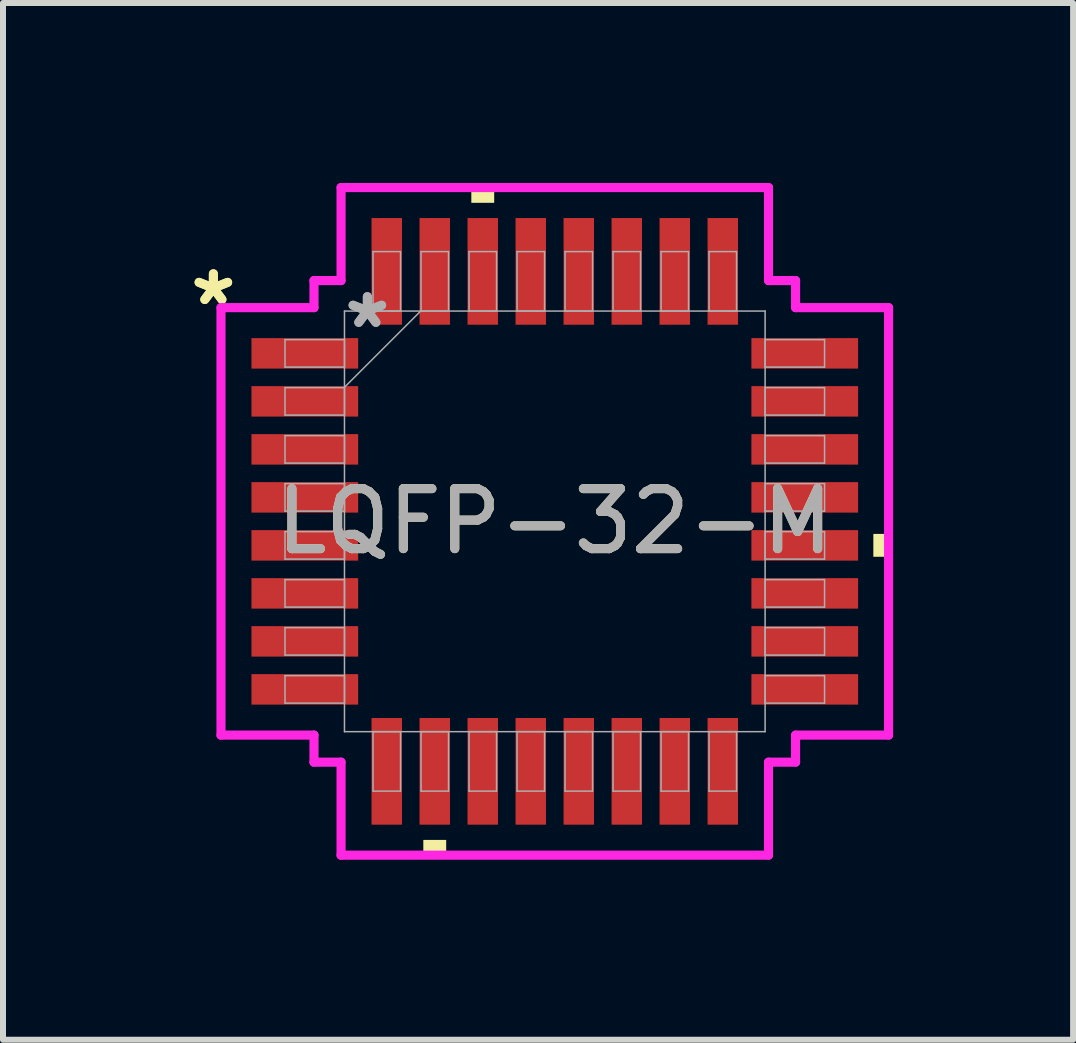
<source format=kicad_pcb>
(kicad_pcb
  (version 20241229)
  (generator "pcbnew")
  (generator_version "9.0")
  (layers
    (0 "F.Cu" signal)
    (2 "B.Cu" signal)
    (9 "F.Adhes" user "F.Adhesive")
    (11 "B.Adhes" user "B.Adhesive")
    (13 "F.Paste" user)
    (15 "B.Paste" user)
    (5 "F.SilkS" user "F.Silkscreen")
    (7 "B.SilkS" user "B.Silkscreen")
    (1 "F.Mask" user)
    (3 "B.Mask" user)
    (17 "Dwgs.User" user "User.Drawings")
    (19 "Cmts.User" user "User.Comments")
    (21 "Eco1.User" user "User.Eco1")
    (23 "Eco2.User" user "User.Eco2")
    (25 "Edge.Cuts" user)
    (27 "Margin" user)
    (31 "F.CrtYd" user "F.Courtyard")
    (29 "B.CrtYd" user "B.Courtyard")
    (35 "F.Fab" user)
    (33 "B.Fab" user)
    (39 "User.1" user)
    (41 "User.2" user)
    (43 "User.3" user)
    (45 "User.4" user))
  (footprint "LQFP-32-M"
    (layer "F.Cu")
    (at 6.196 5.639)
    (property "Reference" "LQFP-32-M" (at 0 0 0) (unlocked yes) (layer "F.SilkS") (effects (font (size 1 1) (thickness 0.15))))
    (attr smd)
    (fp_poly (pts (xy -2.191 5.309) (xy -2.191 5.563) (xy -1.81 5.563) (xy -1.81 5.309)) (stroke (width 0) (type solid)) (fill yes) (layer "F.SilkS"))
    (fp_poly (pts (xy -1.391 -5.309) (xy -1.391 -5.563) (xy -1.01 -5.563) (xy -1.01 -5.309)) (stroke (width 0) (type solid)) (fill yes) (layer "F.SilkS"))
    (fp_poly (pts (xy 5.563 0.209) (xy 5.563 0.59) (xy 5.309 0.59) (xy 5.309 0.209)) (stroke (width 0) (type solid)) (fill yes) (layer "F.SilkS"))
    (fp_line (start -5.563 -3.562) (end -4.013 -3.562) (stroke (width 0.152) (type solid)) (layer "F.CrtYd"))
    (fp_line (start -5.563 3.562) (end -5.563 -3.562) (stroke (width 0.152) (type solid)) (layer "F.CrtYd"))
    (fp_line (start -4.013 -4.013) (end -3.562 -4.013) (stroke (width 0.152) (type solid)) (layer "F.CrtYd"))
    (fp_line (start -4.013 -3.562) (end -4.013 -4.013) (stroke (width 0.152) (type solid)) (layer "F.CrtYd"))
    (fp_line (start -4.013 3.562) (end -5.563 3.562) (stroke (width 0.152) (type solid)) (layer "F.CrtYd"))
    (fp_line (start -4.013 4.013) (end -4.013 3.562) (stroke (width 0.152) (type solid)) (layer "F.CrtYd"))
    (fp_line (start -4.013 4.013) (end -3.562 4.013) (stroke (width 0.152) (type solid)) (layer "F.CrtYd"))
    (fp_line (start -3.562 -5.563) (end 3.562 -5.563) (stroke (width 0.152) (type solid)) (layer "F.CrtYd"))
    (fp_line (start -3.562 -4.013) (end -3.562 -5.563) (stroke (width 0.152) (type solid)) (layer "F.CrtYd"))
    (fp_line (start -3.562 4.013) (end -3.562 5.563) (stroke (width 0.152) (type solid)) (layer "F.CrtYd"))
    (fp_line (start -3.562 5.563) (end 3.562 5.563) (stroke (width 0.152) (type solid)) (layer "F.CrtYd"))
    (fp_line (start 3.562 -5.563) (end 3.562 -4.013) (stroke (width 0.152) (type solid)) (layer "F.CrtYd"))
    (fp_line (start 3.562 -4.013) (end 4.013 -4.013) (stroke (width 0.152) (type solid)) (layer "F.CrtYd"))
    (fp_line (start 3.562 4.013) (end 4.013 4.013) (stroke (width 0.152) (type solid)) (layer "F.CrtYd"))
    (fp_line (start 3.562 5.563) (end 3.562 4.013) (stroke (width 0.152) (type solid)) (layer "F.CrtYd"))
    (fp_line (start 4.013 -3.562) (end 4.013 -4.013) (stroke (width 0.152) (type solid)) (layer "F.CrtYd"))
    (fp_line (start 4.013 3.562) (end 5.563 3.562) (stroke (width 0.152) (type solid)) (layer "F.CrtYd"))
    (fp_line (start 4.013 4.013) (end 4.013 3.562) (stroke (width 0.152) (type solid)) (layer "F.CrtYd"))
    (fp_line (start 5.563 -3.562) (end 4.013 -3.562) (stroke (width 0.152) (type solid)) (layer "F.CrtYd"))
    (fp_line (start 5.563 3.562) (end 5.563 -3.562) (stroke (width 0.152) (type solid)) (layer "F.CrtYd"))
    (fp_line (start -4.496 -3.029) (end -4.496 -2.571) (stroke (width 0.025) (type solid)) (layer "F.Fab"))
    (fp_line (start -4.496 -2.571) (end -3.505 -2.571) (stroke (width 0.025) (type solid)) (layer "F.Fab"))
    (fp_line (start -4.496 -2.229) (end -4.496 -1.771) (stroke (width 0.025) (type solid)) (layer "F.Fab"))
    (fp_line (start -4.496 -1.771) (end -3.505 -1.771) (stroke (width 0.025) (type solid)) (layer "F.Fab"))
    (fp_line (start -4.496 -1.429) (end -4.496 -0.971) (stroke (width 0.025) (type solid)) (layer "F.Fab"))
    (fp_line (start -4.496 -0.971) (end -3.505 -0.971) (stroke (width 0.025) (type solid)) (layer "F.Fab"))
    (fp_line (start -4.496 -0.629) (end -4.496 -0.171) (stroke (width 0.025) (type solid)) (layer "F.Fab"))
    (fp_line (start -4.496 -0.171) (end -3.505 -0.171) (stroke (width 0.025) (type solid)) (layer "F.Fab"))
    (fp_line (start -4.496 0.171) (end -4.496 0.629) (stroke (width 0.025) (type solid)) (layer "F.Fab"))
    (fp_line (start -4.496 0.629) (end -3.505 0.629) (stroke (width 0.025) (type solid)) (layer "F.Fab"))
    (fp_line (start -4.496 0.971) (end -4.496 1.429) (stroke (width 0.025) (type solid)) (layer "F.Fab"))
    (fp_line (start -4.496 1.429) (end -3.505 1.429) (stroke (width 0.025) (type solid)) (layer "F.Fab"))
    (fp_line (start -4.496 1.771) (end -4.496 2.229) (stroke (width 0.025) (type solid)) (layer "F.Fab"))
    (fp_line (start -4.496 2.229) (end -3.505 2.229) (stroke (width 0.025) (type solid)) (layer "F.Fab"))
    (fp_line (start -4.496 2.571) (end -4.496 3.029) (stroke (width 0.025) (type solid)) (layer "F.Fab"))
    (fp_line (start -4.496 3.029) (end -3.505 3.029) (stroke (width 0.025) (type solid)) (layer "F.Fab"))
    (fp_line (start -3.505 -3.505) (end -3.505 3.505) (stroke (width 0.025) (type solid)) (layer "F.Fab"))
    (fp_line (start -3.505 -3.029) (end -4.496 -3.029) (stroke (width 0.025) (type solid)) (layer "F.Fab"))
    (fp_line (start -3.505 -2.571) (end -3.505 -3.029) (stroke (width 0.025) (type solid)) (layer "F.Fab"))
    (fp_line (start -3.505 -2.235) (end -2.235 -3.505) (stroke (width 0.025) (type solid)) (layer "F.Fab"))
    (fp_line (start -3.505 -2.229) (end -4.496 -2.229) (stroke (width 0.025) (type solid)) (layer "F.Fab"))
    (fp_line (start -3.505 -1.771) (end -3.505 -2.229) (stroke (width 0.025) (type solid)) (layer "F.Fab"))
    (fp_line (start -3.505 -1.429) (end -4.496 -1.429) (stroke (width 0.025) (type solid)) (layer "F.Fab"))
    (fp_line (start -3.505 -0.971) (end -3.505 -1.429) (stroke (width 0.025) (type solid)) (layer "F.Fab"))
    (fp_line (start -3.505 -0.629) (end -4.496 -0.629) (stroke (width 0.025) (type solid)) (layer "F.Fab"))
    (fp_line (start -3.505 -0.171) (end -3.505 -0.629) (stroke (width 0.025) (type solid)) (layer "F.Fab"))
    (fp_line (start -3.505 0.171) (end -4.496 0.171) (stroke (width 0.025) (type solid)) (layer "F.Fab"))
    (fp_line (start -3.505 0.629) (end -3.505 0.171) (stroke (width 0.025) (type solid)) (layer "F.Fab"))
    (fp_line (start -3.505 0.971) (end -4.496 0.971) (stroke (width 0.025) (type solid)) (layer "F.Fab"))
    (fp_line (start -3.505 1.429) (end -3.505 0.971) (stroke (width 0.025) (type solid)) (layer "F.Fab"))
    (fp_line (start -3.505 1.771) (end -4.496 1.771) (stroke (width 0.025) (type solid)) (layer "F.Fab"))
    (fp_line (start -3.505 2.229) (end -3.505 1.771) (stroke (width 0.025) (type solid)) (layer "F.Fab"))
    (fp_line (start -3.505 2.571) (end -4.496 2.571) (stroke (width 0.025) (type solid)) (layer "F.Fab"))
    (fp_line (start -3.505 3.029) (end -3.505 2.571) (stroke (width 0.025) (type solid)) (layer "F.Fab"))
    (fp_line (start -3.505 3.505) (end 3.505 3.505) (stroke (width 0.025) (type solid)) (layer "F.Fab"))
    (fp_line (start -3.029 -4.496) (end -3.029 -3.505) (stroke (width 0.025) (type solid)) (layer "F.Fab"))
    (fp_line (start -3.029 -3.505) (end -2.571 -3.505) (stroke (width 0.025) (type solid)) (layer "F.Fab"))
    (fp_line (start -3.029 3.505) (end -3.029 4.496) (stroke (width 0.025) (type solid)) (layer "F.Fab"))
    (fp_line (start -3.029 4.496) (end -2.571 4.496) (stroke (width 0.025) (type solid)) (layer "F.Fab"))
    (fp_line (start -2.571 -4.496) (end -3.029 -4.496) (stroke (width 0.025) (type solid)) (layer "F.Fab"))
    (fp_line (start -2.571 -3.505) (end -2.571 -4.496) (stroke (width 0.025) (type solid)) (layer "F.Fab"))
    (fp_line (start -2.571 3.505) (end -3.029 3.505) (stroke (width 0.025) (type solid)) (layer "F.Fab"))
    (fp_line (start -2.571 4.496) (end -2.571 3.505) (stroke (width 0.025) (type solid)) (layer "F.Fab"))
    (fp_line (start -2.229 -4.496) (end -2.229 -3.505) (stroke (width 0.025) (type solid)) (layer "F.Fab"))
    (fp_line (start -2.229 -3.505) (end -1.771 -3.505) (stroke (width 0.025) (type solid)) (layer "F.Fab"))
    (fp_line (start -2.229 3.505) (end -2.229 4.496) (stroke (width 0.025) (type solid)) (layer "F.Fab"))
    (fp_line (start -2.229 4.496) (end -1.771 4.496) (stroke (width 0.025) (type solid)) (layer "F.Fab"))
    (fp_line (start -1.771 -4.496) (end -2.229 -4.496) (stroke (width 0.025) (type solid)) (layer "F.Fab"))
    (fp_line (start -1.771 -3.505) (end -1.771 -4.496) (stroke (width 0.025) (type solid)) (layer "F.Fab"))
    (fp_line (start -1.771 3.505) (end -2.229 3.505) (stroke (width 0.025) (type solid)) (layer "F.Fab"))
    (fp_line (start -1.771 4.496) (end -1.771 3.505) (stroke (width 0.025) (type solid)) (layer "F.Fab"))
    (fp_line (start -1.429 -4.496) (end -1.429 -3.505) (stroke (width 0.025) (type solid)) (layer "F.Fab"))
    (fp_line (start -1.429 -3.505) (end -0.971 -3.505) (stroke (width 0.025) (type solid)) (layer "F.Fab"))
    (fp_line (start -1.429 3.505) (end -1.429 4.496) (stroke (width 0.025) (type solid)) (layer "F.Fab"))
    (fp_line (start -1.429 4.496) (end -0.971 4.496) (stroke (width 0.025) (type solid)) (layer "F.Fab"))
    (fp_line (start -0.971 -4.496) (end -1.429 -4.496) (stroke (width 0.025) (type solid)) (layer "F.Fab"))
    (fp_line (start -0.971 -3.505) (end -0.971 -4.496) (stroke (width 0.025) (type solid)) (layer "F.Fab"))
    (fp_line (start -0.971 3.505) (end -1.429 3.505) (stroke (width 0.025) (type solid)) (layer "F.Fab"))
    (fp_line (start -0.971 4.496) (end -0.971 3.505) (stroke (width 0.025) (type solid)) (layer "F.Fab"))
    (fp_line (start -0.629 -4.496) (end -0.629 -3.505) (stroke (width 0.025) (type solid)) (layer "F.Fab"))
    (fp_line (start -0.629 -3.505) (end -0.171 -3.505) (stroke (width 0.025) (type solid)) (layer "F.Fab"))
    (fp_line (start -0.629 3.505) (end -0.629 4.496) (stroke (width 0.025) (type solid)) (layer "F.Fab"))
    (fp_line (start -0.629 4.496) (end -0.171 4.496) (stroke (width 0.025) (type solid)) (layer "F.Fab"))
    (fp_line (start -0.171 -4.496) (end -0.629 -4.496) (stroke (width 0.025) (type solid)) (layer "F.Fab"))
    (fp_line (start -0.171 -3.505) (end -0.171 -4.496) (stroke (width 0.025) (type solid)) (layer "F.Fab"))
    (fp_line (start -0.171 3.505) (end -0.629 3.505) (stroke (width 0.025) (type solid)) (layer "F.Fab"))
    (fp_line (start -0.171 4.496) (end -0.171 3.505) (stroke (width 0.025) (type solid)) (layer "F.Fab"))
    (fp_line (start 0.171 -4.496) (end 0.171 -3.505) (stroke (width 0.025) (type solid)) (layer "F.Fab"))
    (fp_line (start 0.171 -3.505) (end 0.629 -3.505) (stroke (width 0.025) (type solid)) (layer "F.Fab"))
    (fp_line (start 0.171 3.505) (end 0.171 4.496) (stroke (width 0.025) (type solid)) (layer "F.Fab"))
    (fp_line (start 0.171 4.496) (end 0.629 4.496) (stroke (width 0.025) (type solid)) (layer "F.Fab"))
    (fp_line (start 0.629 -4.496) (end 0.171 -4.496) (stroke (width 0.025) (type solid)) (layer "F.Fab"))
    (fp_line (start 0.629 -3.505) (end 0.629 -4.496) (stroke (width 0.025) (type solid)) (layer "F.Fab"))
    (fp_line (start 0.629 3.505) (end 0.171 3.505) (stroke (width 0.025) (type solid)) (layer "F.Fab"))
    (fp_line (start 0.629 4.496) (end 0.629 3.505) (stroke (width 0.025) (type solid)) (layer "F.Fab"))
    (fp_line (start 0.971 -4.496) (end 0.971 -3.505) (stroke (width 0.025) (type solid)) (layer "F.Fab"))
    (fp_line (start 0.971 -3.505) (end 1.429 -3.505) (stroke (width 0.025) (type solid)) (layer "F.Fab"))
    (fp_line (start 0.971 3.505) (end 0.971 4.496) (stroke (width 0.025) (type solid)) (layer "F.Fab"))
    (fp_line (start 0.971 4.496) (end 1.429 4.496) (stroke (width 0.025) (type solid)) (layer "F.Fab"))
    (fp_line (start 1.429 -4.496) (end 0.971 -4.496) (stroke (width 0.025) (type solid)) (layer "F.Fab"))
    (fp_line (start 1.429 -3.505) (end 1.429 -4.496) (stroke (width 0.025) (type solid)) (layer "F.Fab"))
    (fp_line (start 1.429 3.505) (end 0.971 3.505) (stroke (width 0.025) (type solid)) (layer "F.Fab"))
    (fp_line (start 1.429 4.496) (end 1.429 3.505) (stroke (width 0.025) (type solid)) (layer "F.Fab"))
    (fp_line (start 1.771 -4.496) (end 1.771 -3.505) (stroke (width 0.025) (type solid)) (layer "F.Fab"))
    (fp_line (start 1.771 -3.505) (end 2.229 -3.505) (stroke (width 0.025) (type solid)) (layer "F.Fab"))
    (fp_line (start 1.771 3.505) (end 1.771 4.496) (stroke (width 0.025) (type solid)) (layer "F.Fab"))
    (fp_line (start 1.771 4.496) (end 2.229 4.496) (stroke (width 0.025) (type solid)) (layer "F.Fab"))
    (fp_line (start 2.229 -4.496) (end 1.771 -4.496) (stroke (width 0.025) (type solid)) (layer "F.Fab"))
    (fp_line (start 2.229 -3.505) (end 2.229 -4.496) (stroke (width 0.025) (type solid)) (layer "F.Fab"))
    (fp_line (start 2.229 3.505) (end 1.771 3.505) (stroke (width 0.025) (type solid)) (layer "F.Fab"))
    (fp_line (start 2.229 4.496) (end 2.229 3.505) (stroke (width 0.025) (type solid)) (layer "F.Fab"))
    (fp_line (start 2.571 -4.496) (end 2.571 -3.505) (stroke (width 0.025) (type solid)) (layer "F.Fab"))
    (fp_line (start 2.571 -3.505) (end 3.029 -3.505) (stroke (width 0.025) (type solid)) (layer "F.Fab"))
    (fp_line (start 2.571 3.505) (end 2.571 4.496) (stroke (width 0.025) (type solid)) (layer "F.Fab"))
    (fp_line (start 2.571 4.496) (end 3.029 4.496) (stroke (width 0.025) (type solid)) (layer "F.Fab"))
    (fp_line (start 3.029 -4.496) (end 2.571 -4.496) (stroke (width 0.025) (type solid)) (layer "F.Fab"))
    (fp_line (start 3.029 -3.505) (end 3.029 -4.496) (stroke (width 0.025) (type solid)) (layer "F.Fab"))
    (fp_line (start 3.029 3.505) (end 2.571 3.505) (stroke (width 0.025) (type solid)) (layer "F.Fab"))
    (fp_line (start 3.029 4.496) (end 3.029 3.505) (stroke (width 0.025) (type solid)) (layer "F.Fab"))
    (fp_line (start 3.505 -3.505) (end -3.505 -3.505) (stroke (width 0.025) (type solid)) (layer "F.Fab"))
    (fp_line (start 3.505 -3.029) (end 3.505 -2.571) (stroke (width 0.025) (type solid)) (layer "F.Fab"))
    (fp_line (start 3.505 -2.571) (end 4.496 -2.571) (stroke (width 0.025) (type solid)) (layer "F.Fab"))
    (fp_line (start 3.505 -2.229) (end 3.505 -1.771) (stroke (width 0.025) (type solid)) (layer "F.Fab"))
    (fp_line (start 3.505 -1.771) (end 4.496 -1.771) (stroke (width 0.025) (type solid)) (layer "F.Fab"))
    (fp_line (start 3.505 -1.429) (end 3.505 -0.971) (stroke (width 0.025) (type solid)) (layer "F.Fab"))
    (fp_line (start 3.505 -0.971) (end 4.496 -0.971) (stroke (width 0.025) (type solid)) (layer "F.Fab"))
    (fp_line (start 3.505 -0.629) (end 3.505 -0.171) (stroke (width 0.025) (type solid)) (layer "F.Fab"))
    (fp_line (start 3.505 -0.171) (end 4.496 -0.171) (stroke (width 0.025) (type solid)) (layer "F.Fab"))
    (fp_line (start 3.505 0.171) (end 3.505 0.629) (stroke (width 0.025) (type solid)) (layer "F.Fab"))
    (fp_line (start 3.505 0.629) (end 4.496 0.629) (stroke (width 0.025) (type solid)) (layer "F.Fab"))
    (fp_line (start 3.505 0.971) (end 3.505 1.429) (stroke (width 0.025) (type solid)) (layer "F.Fab"))
    (fp_line (start 3.505 1.429) (end 4.496 1.429) (stroke (width 0.025) (type solid)) (layer "F.Fab"))
    (fp_line (start 3.505 1.771) (end 3.505 2.229) (stroke (width 0.025) (type solid)) (layer "F.Fab"))
    (fp_line (start 3.505 2.229) (end 4.496 2.229) (stroke (width 0.025) (type solid)) (layer "F.Fab"))
    (fp_line (start 3.505 2.571) (end 3.505 3.029) (stroke (width 0.025) (type solid)) (layer "F.Fab"))
    (fp_line (start 3.505 3.029) (end 4.496 3.029) (stroke (width 0.025) (type solid)) (layer "F.Fab"))
    (fp_line (start 3.505 3.505) (end 3.505 -3.505) (stroke (width 0.025) (type solid)) (layer "F.Fab"))
    (fp_line (start 4.496 -3.029) (end 3.505 -3.029) (stroke (width 0.025) (type solid)) (layer "F.Fab"))
    (fp_line (start 4.496 -2.571) (end 4.496 -3.029) (stroke (width 0.025) (type solid)) (layer "F.Fab"))
    (fp_line (start 4.496 -2.229) (end 3.505 -2.229) (stroke (width 0.025) (type solid)) (layer "F.Fab"))
    (fp_line (start 4.496 -1.771) (end 4.496 -2.229) (stroke (width 0.025) (type solid)) (layer "F.Fab"))
    (fp_line (start 4.496 -1.429) (end 3.505 -1.429) (stroke (width 0.025) (type solid)) (layer "F.Fab"))
    (fp_line (start 4.496 -0.971) (end 4.496 -1.429) (stroke (width 0.025) (type solid)) (layer "F.Fab"))
    (fp_line (start 4.496 -0.629) (end 3.505 -0.629) (stroke (width 0.025) (type solid)) (layer "F.Fab"))
    (fp_line (start 4.496 -0.171) (end 4.496 -0.629) (stroke (width 0.025) (type solid)) (layer "F.Fab"))
    (fp_line (start 4.496 0.171) (end 3.505 0.171) (stroke (width 0.025) (type solid)) (layer "F.Fab"))
    (fp_line (start 4.496 0.629) (end 4.496 0.171) (stroke (width 0.025) (type solid)) (layer "F.Fab"))
    (fp_line (start 4.496 0.971) (end 3.505 0.971) (stroke (width 0.025) (type solid)) (layer "F.Fab"))
    (fp_line (start 4.496 1.429) (end 4.496 0.971) (stroke (width 0.025) (type solid)) (layer "F.Fab"))
    (fp_line (start 4.496 1.771) (end 3.505 1.771) (stroke (width 0.025) (type solid)) (layer "F.Fab"))
    (fp_line (start 4.496 2.229) (end 4.496 1.771) (stroke (width 0.025) (type solid)) (layer "F.Fab"))
    (fp_line (start 4.496 2.571) (end 3.505 2.571) (stroke (width 0.025) (type solid)) (layer "F.Fab"))
    (fp_line (start 4.496 3.029) (end 4.496 2.571) (stroke (width 0.025) (type solid)) (layer "F.Fab"))
    (fp_text user "*" (at -5.69 -3.581 0) (unlocked yes) (layer "F.SilkS") (effects (font (size 1 1) (thickness 0.15))))
    (fp_text user "*" (at -5.69 -3.581 0) (layer "F.SilkS") (effects (font (size 1 1) (thickness 0.15))))
    (fp_text user "*" (at -3.124 -3.2 0) (layer "F.Fab") (effects (font (size 1 1) (thickness 0.15))))
    (fp_text user "${REFERENCE}" (at 0 0 0) (unlocked yes) (layer "F.Fab") (effects (font (size 1 1) (thickness 0.15))))
    (fp_text user "*" (at -3.124 -3.2 0) (unlocked yes) (layer "F.Fab") (effects (font (size 1 1) (thickness 0.15))))
    (pad "1" smd rect (at -4.166 -2.8 90) (size 0.508 1.778) (layers "F.Cu" "F.Mask" "F.Paste"))
    (pad "2" smd rect (at -4.166 -2 90) (size 0.508 1.778) (layers "F.Cu" "F.Mask" "F.Paste"))
    (pad "3" smd rect (at -4.166 -1.2 90) (size 0.508 1.778) (layers "F.Cu" "F.Mask" "F.Paste"))
    (pad "4" smd rect (at -4.166 -0.4 90) (size 0.508 1.778) (layers "F.Cu" "F.Mask" "F.Paste"))
    (pad "5" smd rect (at -4.166 0.4 90) (size 0.508 1.778) (layers "F.Cu" "F.Mask" "F.Paste"))
    (pad "6" smd rect (at -4.166 1.2 90) (size 0.508 1.778) (layers "F.Cu" "F.Mask" "F.Paste"))
    (pad "7" smd rect (at -4.166 2 90) (size 0.508 1.778) (layers "F.Cu" "F.Mask" "F.Paste"))
    (pad "8" smd rect (at -4.166 2.8 90) (size 0.508 1.778) (layers "F.Cu" "F.Mask" "F.Paste"))
    (pad "9" smd rect (at -2.8 4.166) (size 0.508 1.778) (layers "F.Cu" "F.Mask" "F.Paste"))
    (pad "10" smd rect (at -2 4.166) (size 0.508 1.778) (layers "F.Cu" "F.Mask" "F.Paste"))
    (pad "11" smd rect (at -1.2 4.166) (size 0.508 1.778) (layers "F.Cu" "F.Mask" "F.Paste"))
    (pad "12" smd rect (at -0.4 4.166) (size 0.508 1.778) (layers "F.Cu" "F.Mask" "F.Paste"))
    (pad "13" smd rect (at 0.4 4.166) (size 0.508 1.778) (layers "F.Cu" "F.Mask" "F.Paste"))
    (pad "14" smd rect (at 1.2 4.166) (size 0.508 1.778) (layers "F.Cu" "F.Mask" "F.Paste"))
    (pad "15" smd rect (at 2 4.166) (size 0.508 1.778) (layers "F.Cu" "F.Mask" "F.Paste"))
    (pad "16" smd rect (at 2.8 4.166) (size 0.508 1.778) (layers "F.Cu" "F.Mask" "F.Paste"))
    (pad "17" smd rect (at 4.166 2.8 90) (size 0.508 1.778) (layers "F.Cu" "F.Mask" "F.Paste"))
    (pad "18" smd rect (at 4.166 2 90) (size 0.508 1.778) (layers "F.Cu" "F.Mask" "F.Paste"))
    (pad "19" smd rect (at 4.166 1.2 90) (size 0.508 1.778) (layers "F.Cu" "F.Mask" "F.Paste"))
    (pad "20" smd rect (at 4.166 0.4 90) (size 0.508 1.778) (layers "F.Cu" "F.Mask" "F.Paste"))
    (pad "21" smd rect (at 4.166 -0.4 90) (size 0.508 1.778) (layers "F.Cu" "F.Mask" "F.Paste"))
    (pad "22" smd rect (at 4.166 -1.2 90) (size 0.508 1.778) (layers "F.Cu" "F.Mask" "F.Paste"))
    (pad "23" smd rect (at 4.166 -2 90) (size 0.508 1.778) (layers "F.Cu" "F.Mask" "F.Paste"))
    (pad "24" smd rect (at 4.166 -2.8 90) (size 0.508 1.778) (layers "F.Cu" "F.Mask" "F.Paste"))
    (pad "25" smd rect (at 2.8 -4.166) (size 0.508 1.778) (layers "F.Cu" "F.Mask" "F.Paste"))
    (pad "26" smd rect (at 2 -4.166) (size 0.508 1.778) (layers "F.Cu" "F.Mask" "F.Paste"))
    (pad "27" smd rect (at 1.2 -4.166) (size 0.508 1.778) (layers "F.Cu" "F.Mask" "F.Paste"))
    (pad "28" smd rect (at 0.4 -4.166) (size 0.508 1.778) (layers "F.Cu" "F.Mask" "F.Paste"))
    (pad "29" smd rect (at -0.4 -4.166) (size 0.508 1.778) (layers "F.Cu" "F.Mask" "F.Paste"))
    (pad "30" smd rect (at -1.2 -4.166) (size 0.508 1.778) (layers "F.Cu" "F.Mask" "F.Paste"))
    (pad "31" smd rect (at -2 -4.166) (size 0.508 1.778) (layers "F.Cu" "F.Mask" "F.Paste"))
    (pad "32" smd rect (at -2.8 -4.166) (size 0.508 1.778) (layers "F.Cu" "F.Mask" "F.Paste")))
  (gr_rect
    (start -3 -3)
    (end 14.834 14.278)
    (stroke (width 0.1) (type default))
    (fill no)
    (layer "Edge.Cuts")))
</source>
